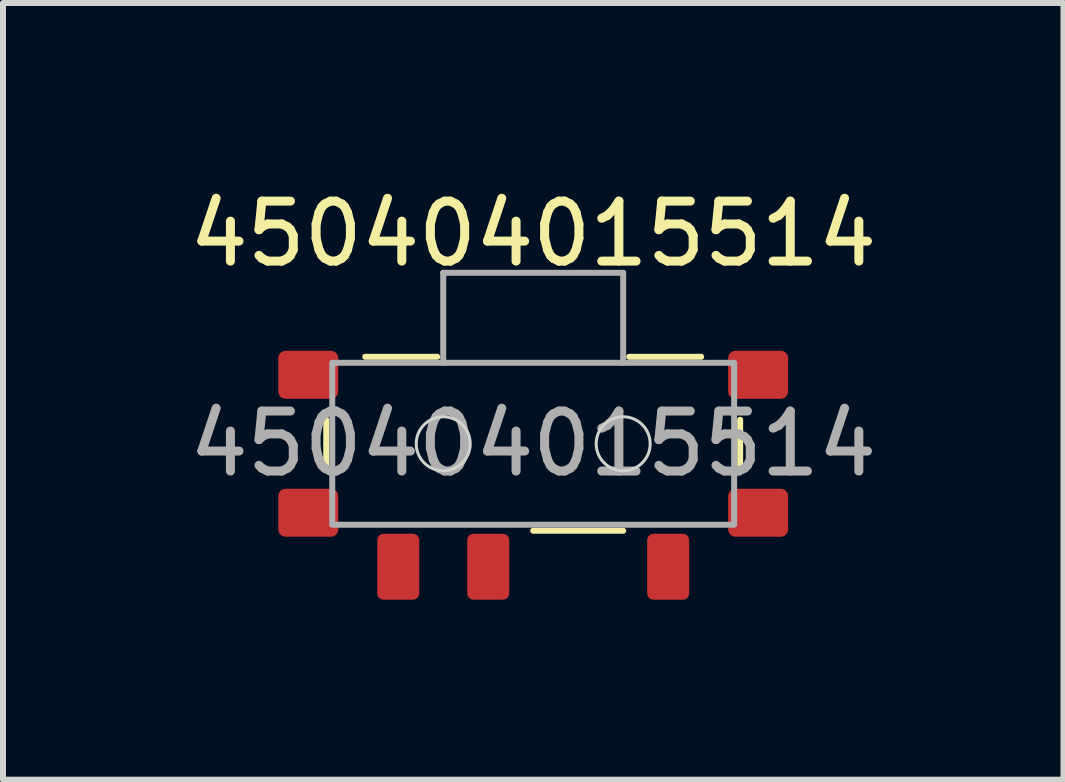
<source format=kicad_pcb>
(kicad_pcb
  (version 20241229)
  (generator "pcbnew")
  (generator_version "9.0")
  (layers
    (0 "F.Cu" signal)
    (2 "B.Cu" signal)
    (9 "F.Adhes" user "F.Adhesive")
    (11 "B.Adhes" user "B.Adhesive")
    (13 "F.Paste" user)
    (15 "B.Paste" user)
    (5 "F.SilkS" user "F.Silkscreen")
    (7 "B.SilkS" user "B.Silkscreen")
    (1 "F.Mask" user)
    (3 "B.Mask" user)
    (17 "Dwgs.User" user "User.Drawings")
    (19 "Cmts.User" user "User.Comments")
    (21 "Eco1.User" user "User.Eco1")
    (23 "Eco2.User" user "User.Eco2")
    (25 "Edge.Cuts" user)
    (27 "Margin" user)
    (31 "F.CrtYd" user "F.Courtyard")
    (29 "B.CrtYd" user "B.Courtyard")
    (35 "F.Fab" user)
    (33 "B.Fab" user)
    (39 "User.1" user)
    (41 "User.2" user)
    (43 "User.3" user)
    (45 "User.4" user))
  (footprint "450404015514"
    (layer "F.Cu")
    (at 5.839 4.348)
    (property "Reference" "450404015514" (at 0 -3.5 0) (unlocked yes) (layer "F.SilkS") (effects (font (size 1 1) (thickness 0.15))))
    (attr smd)
    (fp_line (start -3.45 -0.4) (end -3.45 0.4) (stroke (width 0.1) (type solid)) (layer "F.SilkS"))
    (fp_line (start -2.8 -1.45) (end -1.6 -1.45) (stroke (width 0.1) (type solid)) (layer "F.SilkS"))
    (fp_line (start 1.5 1.45) (end 0 1.45) (stroke (width 0.1) (type solid)) (layer "F.SilkS"))
    (fp_line (start 1.6 -1.45) (end 2.8 -1.45) (stroke (width 0.1) (type solid)) (layer "F.SilkS"))
    (fp_line (start 3.45 -0.4) (end 3.45 0.4) (stroke (width 0.1) (type solid)) (layer "F.SilkS"))
    (fp_circle (center -1.5 0) (end -1.05 0) (stroke (width 0.05) (type solid)) (fill no) (layer "Edge.Cuts"))
    (fp_circle (center 1.5 0) (end 1.95 0) (stroke (width 0.05) (type solid)) (fill no) (layer "Edge.Cuts"))
    (fp_line (start -1.5 -2.85) (end -1.5 -1.35) (stroke (width 0.1) (type solid)) (layer "F.Fab"))
    (fp_line (start 1.5 -2.85) (end -1.5 -2.85) (stroke (width 0.1) (type default)) (layer "F.Fab"))
    (fp_line (start 1.5 -2.85) (end 1.5 -1.35) (stroke (width 0.1) (type solid)) (layer "F.Fab"))
    (fp_rect (start -3.35 -1.35) (end 3.35 1.35) (stroke (width 0.1) (type solid)) (fill no) (layer "F.Fab"))
    (fp_text user "${REFERENCE}" (at 0 0 0) (unlocked yes) (layer "F.Fab") (effects (font (size 1 1) (thickness 0.15))))
    (pad "1" smd roundrect (at 2.25 2.05) (size 0.7 1.1) (layers "F.Cu" "F.Mask" "F.Paste") (roundrect_rratio 0.15))
    (pad "2" smd roundrect (at -0.75 2.05) (size 0.7 1.1) (layers "F.Cu" "F.Mask" "F.Paste") (roundrect_rratio 0.15))
    (pad "3" smd roundrect (at -2.25 2.05) (size 0.7 1.1) (layers "F.Cu" "F.Mask" "F.Paste") (roundrect_rratio 0.15))
    (pad "4" smd roundrect (at -3.75 -1.15) (size 1 0.8) (layers "F.Cu" "F.Mask" "F.Paste") (roundrect_rratio 0.15))
    (pad "5" smd roundrect (at 3.75 -1.15) (size 1 0.8) (layers "F.Cu" "F.Mask" "F.Paste") (roundrect_rratio 0.15))
    (pad "6" smd roundrect (at -3.75 1.15) (size 1 0.8) (layers "F.Cu" "F.Mask" "F.Paste") (roundrect_rratio 0.15))
    (pad "7" smd roundrect (at 3.75 1.15) (size 1 0.8) (layers "F.Cu" "F.Mask" "F.Paste") (roundrect_rratio 0.15)))
  (gr_rect
    (start -3 -3)
    (end 14.679 9.948)
    (stroke (width 0.1) (type default))
    (fill no)
    (layer "Edge.Cuts")))
</source>
